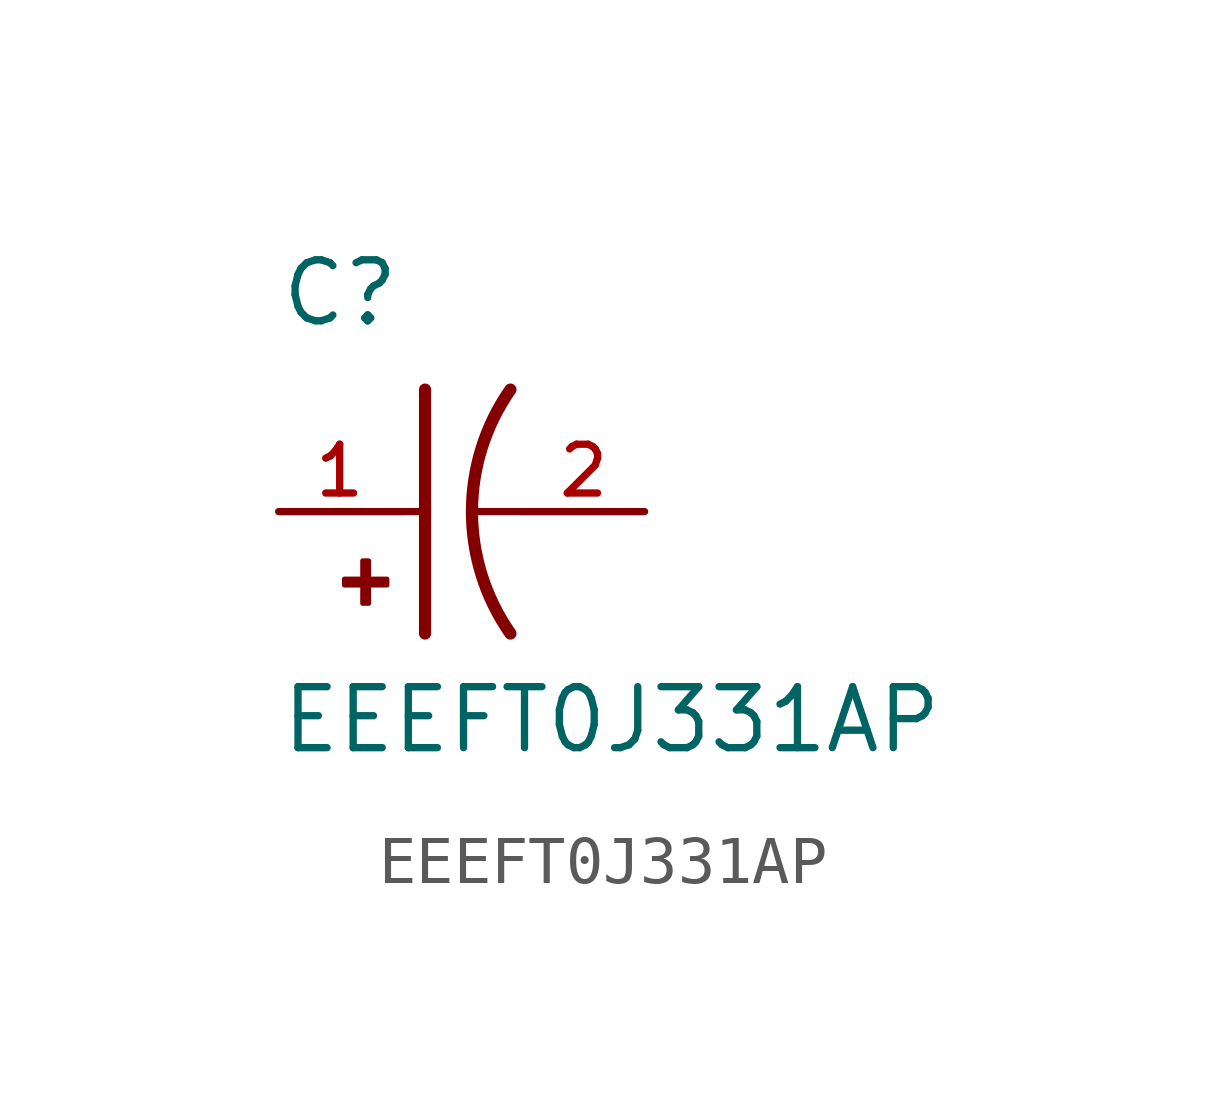
<source format=kicad_sym>
(kicad_symbol_lib
  (version 20211014)
  (generator kicad_symbol_editor)
  (symbol "EEEFT0J331AP"
    (pin_names
      (offset 1.016))
    (property "Reference" "C"
      (at -2.54 3.81 0)
      (effects (font (size 1.27 1.27)) (justify bottom left)))
    (property "Value" "EEEFT0J331AP"
      (at -2.54 -5.08 0)
      (effects (font (size 1.27 1.27)) (justify bottom left)))
    (symbol "EEEFT0J331AP_0_0"
      (arc (start 2.286 -2.54) (mid 1.4851 -0.0) (end 2.286 2.54) (stroke (width 0.254) (type default) (color 0 0 0 0)) (fill (type none)))
      (polyline (pts (xy 0.508 2.54) (xy 0.508 0.0)) (stroke (width 0.254)))
      (rectangle (start -1.173 -1.532) (end -0.284 -1.405) (stroke (width 0.1)) (fill (type outline)))
      (rectangle (start -0.792 -1.913) (end -0.665 -1.024) (stroke (width 0.1)) (fill (type outline)))
      (polyline (pts (xy 0.508 0.0) (xy 0.508 -2.54)) (stroke (width 0.254)))
      (polyline (pts (xy 0.0 0.0) (xy 0.508 0.0)) (stroke (width 0.152)))
      (polyline (pts (xy 2.54 0.0) (xy 1.524 0.0)) (stroke (width 0.152)))
      (pin passive line (at -2.54 0.0 0) (length 2.54) (name "~" (effects (font (size 1.016 1.016)))) (number "1" (effects (font (size 1.016 1.016)))))
      (pin passive line (at 5.08 0.0 180.0) (length 2.54) (name "~" (effects (font (size 1.016 1.016)))) (number "2" (effects (font (size 1.016 1.016))))))))
</source>
